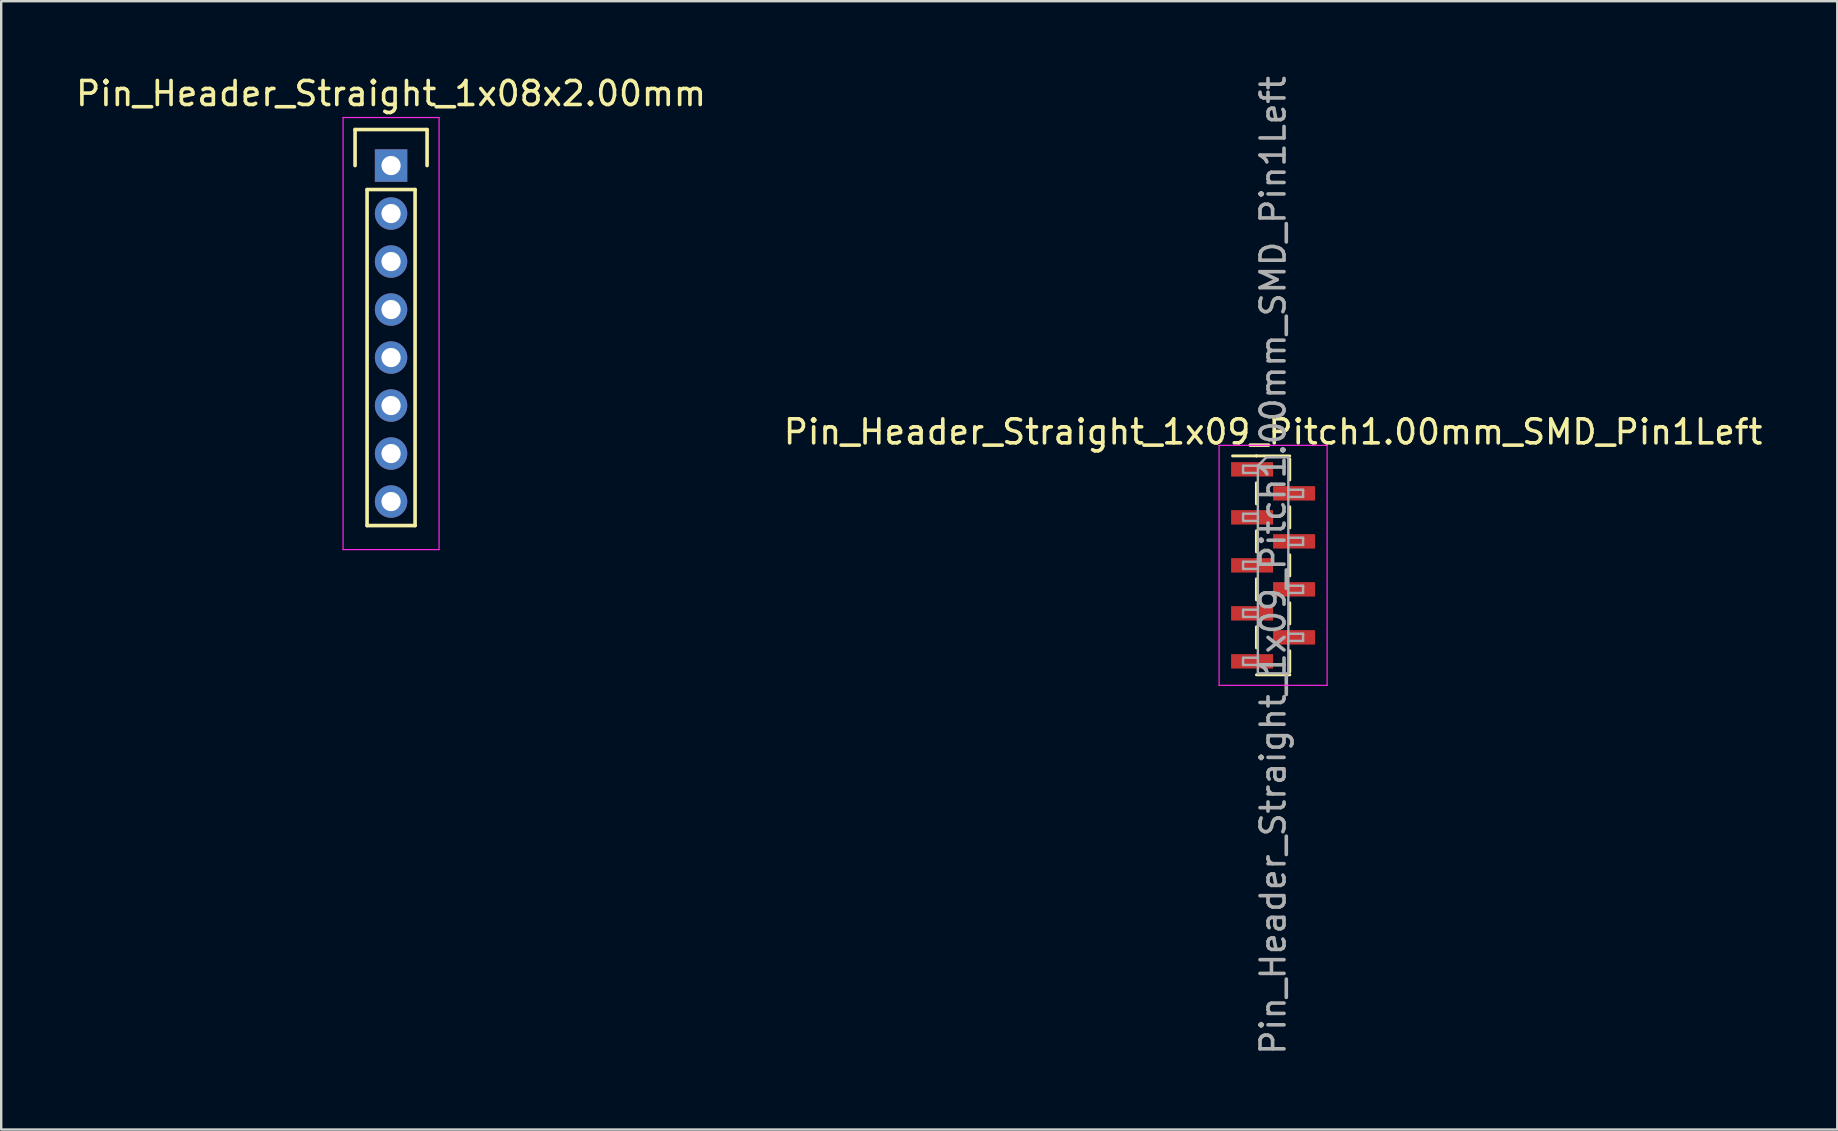
<source format=kicad_pcb>
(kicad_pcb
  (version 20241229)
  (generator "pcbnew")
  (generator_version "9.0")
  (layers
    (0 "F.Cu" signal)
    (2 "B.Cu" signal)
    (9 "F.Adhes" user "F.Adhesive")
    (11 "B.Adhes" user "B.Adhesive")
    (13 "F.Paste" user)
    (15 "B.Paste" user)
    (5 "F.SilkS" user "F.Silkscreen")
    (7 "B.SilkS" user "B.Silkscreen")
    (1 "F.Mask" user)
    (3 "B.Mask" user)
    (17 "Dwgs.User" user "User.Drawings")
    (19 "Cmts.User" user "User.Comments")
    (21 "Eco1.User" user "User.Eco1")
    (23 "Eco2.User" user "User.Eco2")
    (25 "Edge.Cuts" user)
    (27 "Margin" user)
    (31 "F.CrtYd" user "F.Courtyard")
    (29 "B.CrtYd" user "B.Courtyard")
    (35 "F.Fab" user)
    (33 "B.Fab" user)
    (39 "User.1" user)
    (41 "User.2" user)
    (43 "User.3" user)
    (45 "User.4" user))
  (footprint "Pin_Header_Straight_1x08x2.00mm"
    (layer "F.Cu")
    (at 13.244 3.848)
    (property "Reference" "Pin_Header_Straight_1x08x2.00mm" (at 0 -3 0) (layer "F.SilkS") (effects (font (size 1 1) (thickness 0.15))))
    (attr through_hole)
    (fp_line (start -1.5 -1.5) (end 1.5 -1.5) (stroke (width 0.15) (type solid)) (layer "F.SilkS"))
    (fp_line (start -1.5 0) (end -1.5 -1.5) (stroke (width 0.15) (type solid)) (layer "F.SilkS"))
    (fp_line (start -1 1) (end 1 1) (stroke (width 0.15) (type solid)) (layer "F.SilkS"))
    (fp_line (start -1 15) (end -1 1) (stroke (width 0.15) (type solid)) (layer "F.SilkS"))
    (fp_line (start 1 1) (end 1 15) (stroke (width 0.15) (type solid)) (layer "F.SilkS"))
    (fp_line (start 1 15) (end -1 15) (stroke (width 0.15) (type solid)) (layer "F.SilkS"))
    (fp_line (start 1.5 -1.5) (end 1.5 0) (stroke (width 0.15) (type solid)) (layer "F.SilkS"))
    (fp_line (start -2 -2) (end 2 -2) (stroke (width 0.05) (type solid)) (layer "F.CrtYd"))
    (fp_line (start -2 16) (end -2 -2) (stroke (width 0.05) (type solid)) (layer "F.CrtYd"))
    (fp_line (start 2 -2) (end 2 16) (stroke (width 0.05) (type solid)) (layer "F.CrtYd"))
    (fp_line (start 2 16) (end -2 16) (stroke (width 0.05) (type solid)) (layer "F.CrtYd"))
    (pad "1" thru_hole rect (at 0 0) (size 1.35 1.35) (drill 0.8) (layers "*.Cu" "*.Mask"))
    (pad "2" thru_hole circle (at 0 2) (size 1.35 1.35) (drill 0.8) (layers "*.Cu" "*.Mask"))
    (pad "3" thru_hole circle (at 0 4) (size 1.35 1.35) (drill 0.8) (layers "*.Cu" "*.Mask"))
    (pad "4" thru_hole circle (at 0 6) (size 1.35 1.35) (drill 0.8) (layers "*.Cu" "*.Mask"))
    (pad "5" thru_hole circle (at 0 8) (size 1.35 1.35) (drill 0.8) (layers "*.Cu" "*.Mask"))
    (pad "6" thru_hole circle (at 0 10) (size 1.35 1.35) (drill 0.8) (layers "*.Cu" "*.Mask"))
    (pad "7" thru_hole circle (at 0 12) (size 1.35 1.35) (drill 0.8) (layers "*.Cu" "*.Mask"))
    (pad "8" thru_hole circle (at 0 14) (size 1.35 1.35) (drill 0.8) (layers "*.Cu" "*.Mask")))
  (footprint "Pin_Header_Straight_1x09_Pitch1.00mm_SMD_Pin1Left"
    (layer "F.Cu")
    (at 49.994 20.506)
    (property "Reference" "Pin_Header_Straight_1x09_Pitch1.00mm_SMD_Pin1Left" (at 0 -5.56 0) (layer "F.SilkS") (effects (font (size 1 1) (thickness 0.15))))
    (attr smd)
    (fp_line (start -0.695 -4.56) (end -1.69 -4.56) (stroke (width 0.12) (type solid)) (layer "F.SilkS"))
    (fp_line (start -0.695 -4.56) (end -0.695 -4.56) (stroke (width 0.12) (type solid)) (layer "F.SilkS"))
    (fp_line (start -0.695 -4.56) (end 0.695 -4.56) (stroke (width 0.12) (type solid)) (layer "F.SilkS"))
    (fp_line (start -0.695 -3.44) (end -0.695 -2.56) (stroke (width 0.12) (type solid)) (layer "F.SilkS"))
    (fp_line (start -0.695 -1.44) (end -0.695 -0.56) (stroke (width 0.12) (type solid)) (layer "F.SilkS"))
    (fp_line (start -0.695 0.56) (end -0.695 1.44) (stroke (width 0.12) (type solid)) (layer "F.SilkS"))
    (fp_line (start -0.695 2.56) (end -0.695 3.44) (stroke (width 0.12) (type solid)) (layer "F.SilkS"))
    (fp_line (start -0.695 4.56) (end 0.695 4.56) (stroke (width 0.12) (type solid)) (layer "F.SilkS"))
    (fp_line (start 0.695 -4.44) (end 0.695 -3.56) (stroke (width 0.12) (type solid)) (layer "F.SilkS"))
    (fp_line (start 0.695 -2.44) (end 0.695 -1.56) (stroke (width 0.12) (type solid)) (layer "F.SilkS"))
    (fp_line (start 0.695 -0.44) (end 0.695 0.44) (stroke (width 0.12) (type solid)) (layer "F.SilkS"))
    (fp_line (start 0.695 1.56) (end 0.695 2.44) (stroke (width 0.12) (type solid)) (layer "F.SilkS"))
    (fp_line (start 0.695 3.56) (end 0.695 4.44) (stroke (width 0.12) (type solid)) (layer "F.SilkS"))
    (fp_line (start 0.695 4.56) (end 0.695 4.56) (stroke (width 0.12) (type solid)) (layer "F.SilkS"))
    (fp_line (start -2.25 -5) (end -2.25 5) (stroke (width 0.05) (type solid)) (layer "F.CrtYd"))
    (fp_line (start -2.25 5) (end 2.25 5) (stroke (width 0.05) (type solid)) (layer "F.CrtYd"))
    (fp_line (start 2.25 -5) (end -2.25 -5) (stroke (width 0.05) (type solid)) (layer "F.CrtYd"))
    (fp_line (start 2.25 5) (end 2.25 -5) (stroke (width 0.05) (type solid)) (layer "F.CrtYd"))
    (fp_line (start -1.25 -4.15) (end -1.25 -3.85) (stroke (width 0.1) (type solid)) (layer "F.Fab"))
    (fp_line (start -1.25 -3.85) (end -0.635 -3.85) (stroke (width 0.1) (type solid)) (layer "F.Fab"))
    (fp_line (start -1.25 -2.15) (end -1.25 -1.85) (stroke (width 0.1) (type solid)) (layer "F.Fab"))
    (fp_line (start -1.25 -1.85) (end -0.635 -1.85) (stroke (width 0.1) (type solid)) (layer "F.Fab"))
    (fp_line (start -1.25 -0.15) (end -1.25 0.15) (stroke (width 0.1) (type solid)) (layer "F.Fab"))
    (fp_line (start -1.25 0.15) (end -0.635 0.15) (stroke (width 0.1) (type solid)) (layer "F.Fab"))
    (fp_line (start -1.25 1.85) (end -1.25 2.15) (stroke (width 0.1) (type solid)) (layer "F.Fab"))
    (fp_line (start -1.25 2.15) (end -0.635 2.15) (stroke (width 0.1) (type solid)) (layer "F.Fab"))
    (fp_line (start -1.25 3.85) (end -1.25 4.15) (stroke (width 0.1) (type solid)) (layer "F.Fab"))
    (fp_line (start -1.25 4.15) (end -0.635 4.15) (stroke (width 0.1) (type solid)) (layer "F.Fab"))
    (fp_line (start -0.635 -4.15) (end -1.25 -4.15) (stroke (width 0.1) (type solid)) (layer "F.Fab"))
    (fp_line (start -0.635 -4.15) (end -0.285 -4.5) (stroke (width 0.1) (type solid)) (layer "F.Fab"))
    (fp_line (start -0.635 -2.15) (end -1.25 -2.15) (stroke (width 0.1) (type solid)) (layer "F.Fab"))
    (fp_line (start -0.635 -0.15) (end -1.25 -0.15) (stroke (width 0.1) (type solid)) (layer "F.Fab"))
    (fp_line (start -0.635 1.85) (end -1.25 1.85) (stroke (width 0.1) (type solid)) (layer "F.Fab"))
    (fp_line (start -0.635 3.85) (end -1.25 3.85) (stroke (width 0.1) (type solid)) (layer "F.Fab"))
    (fp_line (start -0.635 4.5) (end -0.635 -4.15) (stroke (width 0.1) (type solid)) (layer "F.Fab"))
    (fp_line (start -0.285 -4.5) (end 0.635 -4.5) (stroke (width 0.1) (type solid)) (layer "F.Fab"))
    (fp_line (start 0.635 -4.5) (end 0.635 4.5) (stroke (width 0.1) (type solid)) (layer "F.Fab"))
    (fp_line (start 0.635 -3.15) (end 1.25 -3.15) (stroke (width 0.1) (type solid)) (layer "F.Fab"))
    (fp_line (start 0.635 -1.15) (end 1.25 -1.15) (stroke (width 0.1) (type solid)) (layer "F.Fab"))
    (fp_line (start 0.635 0.85) (end 1.25 0.85) (stroke (width 0.1) (type solid)) (layer "F.Fab"))
    (fp_line (start 0.635 2.85) (end 1.25 2.85) (stroke (width 0.1) (type solid)) (layer "F.Fab"))
    (fp_line (start 0.635 4.5) (end -0.635 4.5) (stroke (width 0.1) (type solid)) (layer "F.Fab"))
    (fp_line (start 1.25 -3.15) (end 1.25 -2.85) (stroke (width 0.1) (type solid)) (layer "F.Fab"))
    (fp_line (start 1.25 -2.85) (end 0.635 -2.85) (stroke (width 0.1) (type solid)) (layer "F.Fab"))
    (fp_line (start 1.25 -1.15) (end 1.25 -0.85) (stroke (width 0.1) (type solid)) (layer "F.Fab"))
    (fp_line (start 1.25 -0.85) (end 0.635 -0.85) (stroke (width 0.1) (type solid)) (layer "F.Fab"))
    (fp_line (start 1.25 0.85) (end 1.25 1.15) (stroke (width 0.1) (type solid)) (layer "F.Fab"))
    (fp_line (start 1.25 1.15) (end 0.635 1.15) (stroke (width 0.1) (type solid)) (layer "F.Fab"))
    (fp_line (start 1.25 2.85) (end 1.25 3.15) (stroke (width 0.1) (type solid)) (layer "F.Fab"))
    (fp_line (start 1.25 3.15) (end 0.635 3.15) (stroke (width 0.1) (type solid)) (layer "F.Fab"))
    (fp_text user "${REFERENCE}" (at 0 0 90) (layer "F.Fab") (effects (font (size 1 1) (thickness 0.15))))
    (pad "1" smd rect (at -0.875 -4) (size 1.75 0.6) (layers "F.Cu" "F.Mask" "F.Paste"))
    (pad "2" smd rect (at 0.875 -3) (size 1.75 0.6) (layers "F.Cu" "F.Mask" "F.Paste"))
    (pad "3" smd rect (at -0.875 -2) (size 1.75 0.6) (layers "F.Cu" "F.Mask" "F.Paste"))
    (pad "4" smd rect (at 0.875 -1) (size 1.75 0.6) (layers "F.Cu" "F.Mask" "F.Paste"))
    (pad "5" smd rect (at -0.875 0) (size 1.75 0.6) (layers "F.Cu" "F.Mask" "F.Paste"))
    (pad "6" smd rect (at 0.875 1) (size 1.75 0.6) (layers "F.Cu" "F.Mask" "F.Paste"))
    (pad "7" smd rect (at -0.875 2) (size 1.75 0.6) (layers "F.Cu" "F.Mask" "F.Paste"))
    (pad "8" smd rect (at 0.875 3) (size 1.75 0.6) (layers "F.Cu" "F.Mask" "F.Paste"))
    (pad "9" smd rect (at -0.875 4) (size 1.75 0.6) (layers "F.Cu" "F.Mask" "F.Paste")))
  (gr_rect
    (start -3 -3)
    (end 73.5 44.012)
    (stroke (width 0.1) (type default))
    (fill no)
    (layer "Edge.Cuts")))
</source>
